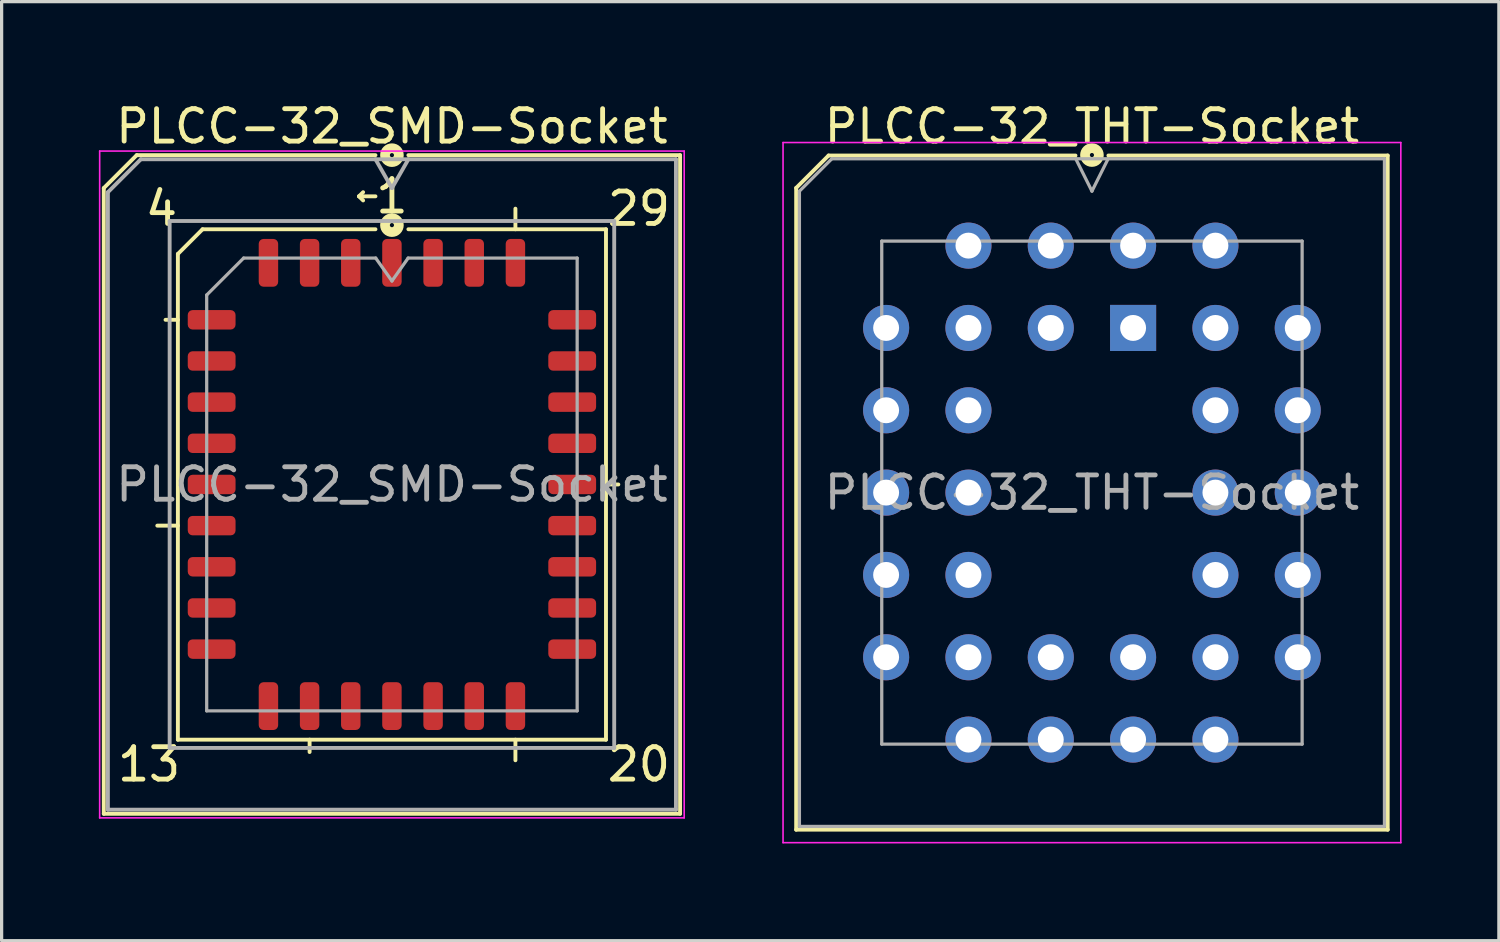
<source format=kicad_pcb>
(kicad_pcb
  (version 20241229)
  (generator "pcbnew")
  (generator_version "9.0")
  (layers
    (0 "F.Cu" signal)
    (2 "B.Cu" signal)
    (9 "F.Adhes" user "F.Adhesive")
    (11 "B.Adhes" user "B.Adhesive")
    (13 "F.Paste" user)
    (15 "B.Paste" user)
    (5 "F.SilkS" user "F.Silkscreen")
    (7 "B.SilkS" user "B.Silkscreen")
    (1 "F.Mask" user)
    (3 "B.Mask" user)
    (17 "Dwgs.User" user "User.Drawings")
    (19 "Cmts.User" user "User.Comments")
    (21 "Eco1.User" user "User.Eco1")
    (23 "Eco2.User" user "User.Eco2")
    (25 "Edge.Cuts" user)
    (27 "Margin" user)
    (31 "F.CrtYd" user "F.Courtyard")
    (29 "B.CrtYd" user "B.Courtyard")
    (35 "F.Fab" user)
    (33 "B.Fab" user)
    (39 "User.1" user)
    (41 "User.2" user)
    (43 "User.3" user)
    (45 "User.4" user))
  (footprint "PLCC-32_SMD-Socket"
    (layer "F.Cu")
    (at 9.042 11.897)
    (property "Reference" "PLCC-32_SMD-Socket" (at 0 -11.049 0) (layer "F.SilkS") (effects (font (size 1 1) (thickness 0.15))))
    (attr smd)
    (fp_line (start -8.89 -9.144) (end -8.89 10.16) (stroke (width 0.12) (type solid)) (layer "F.SilkS"))
    (fp_line (start -8.89 10.16) (end 8.89 10.16) (stroke (width 0.12) (type solid)) (layer "F.SilkS"))
    (fp_line (start -7.874 -10.16) (end -8.89 -9.144) (stroke (width 0.12) (type solid)) (layer "F.SilkS"))
    (fp_line (start -6.604 -7.112) (end -6.604 7.874) (stroke (width 0.12) (type solid)) (layer "F.SilkS"))
    (fp_line (start -6.604 -5.08) (end -6.985 -5.08) (stroke (width 0.12) (type solid)) (layer "F.SilkS"))
    (fp_line (start -6.604 1.27) (end -7.239 1.27) (stroke (width 0.12) (type solid)) (layer "F.SilkS"))
    (fp_line (start -6.604 7.874) (end 6.604 7.874) (stroke (width 0.12) (type solid)) (layer "F.SilkS"))
    (fp_line (start -5.842 -7.874) (end -6.604 -7.112) (stroke (width 0.12) (type solid)) (layer "F.SilkS"))
    (fp_line (start -2.54 7.874) (end -2.54 8.255) (stroke (width 0.12) (type solid)) (layer "F.SilkS"))
    (fp_line (start -1.016 -8.89) (end -0.889 -9.017) (stroke (width 0.12) (type solid)) (layer "F.SilkS"))
    (fp_line (start -1.016 -8.89) (end -0.889 -8.763) (stroke (width 0.12) (type solid)) (layer "F.SilkS"))
    (fp_line (start -0.508 -10.16) (end -7.874 -10.16) (stroke (width 0.12) (type solid)) (layer "F.SilkS"))
    (fp_line (start -0.508 -8.89) (end -1.016 -8.89) (stroke (width 0.12) (type solid)) (layer "F.SilkS"))
    (fp_line (start -0.508 -7.874) (end -5.842 -7.874) (stroke (width 0.12) (type solid)) (layer "F.SilkS"))
    (fp_line (start 3.81 -7.874) (end 3.81 -8.509) (stroke (width 0.12) (type solid)) (layer "F.SilkS"))
    (fp_line (start 3.81 7.874) (end 3.81 8.509) (stroke (width 0.12) (type solid)) (layer "F.SilkS"))
    (fp_line (start 6.604 -7.874) (end 0.508 -7.874) (stroke (width 0.12) (type solid)) (layer "F.SilkS"))
    (fp_line (start 6.604 0) (end 6.985 0) (stroke (width 0.12) (type solid)) (layer "F.SilkS"))
    (fp_line (start 6.604 7.874) (end 6.604 -7.874) (stroke (width 0.12) (type solid)) (layer "F.SilkS"))
    (fp_line (start 8.89 -10.16) (end 0.508 -10.16) (stroke (width 0.12) (type solid)) (layer "F.SilkS"))
    (fp_line (start 8.89 10.16) (end 8.89 -10.16) (stroke (width 0.12) (type solid)) (layer "F.SilkS"))
    (fp_circle (center 0 -10.16) (end 0.064 -10.16) (stroke (width 0.3) (type solid)) (fill no) (layer "F.SilkS"))
    (fp_circle (center 0 -8.001) (end 0.064 -8.001) (stroke (width 0.3) (type solid)) (fill no) (layer "F.SilkS"))
    (fp_line (start -9.017 -10.287) (end -9.017 10.287) (stroke (width 0.05) (type solid)) (layer "F.CrtYd"))
    (fp_line (start -9.017 10.287) (end 9.017 10.287) (stroke (width 0.05) (type solid)) (layer "F.CrtYd"))
    (fp_line (start 9.017 -10.287) (end -9.017 -10.287) (stroke (width 0.05) (type solid)) (layer "F.CrtYd"))
    (fp_line (start 9.017 10.287) (end 9.017 -10.287) (stroke (width 0.05) (type solid)) (layer "F.CrtYd"))
    (fp_line (start -8.763 -9.017) (end -7.747 -10.033) (stroke (width 0.12) (type solid)) (layer "F.Fab"))
    (fp_line (start -8.763 10.033) (end -8.763 -9.017) (stroke (width 0.12) (type solid)) (layer "F.Fab"))
    (fp_line (start -7.747 -10.033) (end 8.763 -10.033) (stroke (width 0.12) (type solid)) (layer "F.Fab"))
    (fp_line (start -6.858 -8.128) (end 6.858 -8.128) (stroke (width 0.12) (type solid)) (layer "F.Fab"))
    (fp_line (start -6.858 8.128) (end -6.858 -8.128) (stroke (width 0.12) (type solid)) (layer "F.Fab"))
    (fp_line (start -5.715 -5.845) (end -4.575 -6.985) (stroke (width 0.1) (type solid)) (layer "F.Fab"))
    (fp_line (start -5.715 6.985) (end -5.715 -5.845) (stroke (width 0.1) (type solid)) (layer "F.Fab"))
    (fp_line (start -4.575 -6.985) (end -0.5 -6.985) (stroke (width 0.1) (type solid)) (layer "F.Fab"))
    (fp_line (start -0.508 -10.033) (end 0 -9.144) (stroke (width 0.12) (type solid)) (layer "F.Fab"))
    (fp_line (start -0.5 -6.985) (end 0 -6.278) (stroke (width 0.1) (type solid)) (layer "F.Fab"))
    (fp_line (start 0 -9.144) (end 0.508 -10.033) (stroke (width 0.12) (type solid)) (layer "F.Fab"))
    (fp_line (start 0 -6.278) (end 0.5 -6.985) (stroke (width 0.1) (type solid)) (layer "F.Fab"))
    (fp_line (start 0.5 -6.985) (end 5.715 -6.985) (stroke (width 0.1) (type solid)) (layer "F.Fab"))
    (fp_line (start 5.715 -6.985) (end 5.715 6.985) (stroke (width 0.1) (type solid)) (layer "F.Fab"))
    (fp_line (start 5.715 6.985) (end -5.715 6.985) (stroke (width 0.1) (type solid)) (layer "F.Fab"))
    (fp_line (start 6.858 -8.128) (end 6.858 8.128) (stroke (width 0.12) (type solid)) (layer "F.Fab"))
    (fp_line (start 6.858 8.128) (end -6.858 8.128) (stroke (width 0.12) (type solid)) (layer "F.Fab"))
    (fp_line (start 8.763 -10.033) (end 8.763 10.033) (stroke (width 0.12) (type solid)) (layer "F.Fab"))
    (fp_line (start 8.763 10.033) (end -8.763 10.033) (stroke (width 0.12) (type solid)) (layer "F.Fab"))
    (fp_text user "1" (at 0 -8.89 0) (unlocked yes) (layer "F.SilkS") (effects (font (size 1 1) (thickness 0.15))))
    (fp_text user "29" (at 7.62 -8.509 0) (unlocked yes) (layer "F.SilkS") (effects (font (size 1 1) (thickness 0.15))))
    (fp_text user "13" (at -7.493 8.636 0) (unlocked yes) (layer "F.SilkS") (effects (font (size 1 1) (thickness 0.15))))
    (fp_text user "4" (at -7.112 -8.509 0) (unlocked yes) (layer "F.SilkS") (effects (font (size 1 1) (thickness 0.15))))
    (fp_text user "20" (at 7.62 8.636 0) (unlocked yes) (layer "F.SilkS") (effects (font (size 1 1) (thickness 0.15))))
    (fp_text user "${REFERENCE}" (at 0 0 0) (layer "F.Fab") (effects (font (size 1 1) (thickness 0.15))))
    (pad "1" smd roundrect (at 0 -6.838) (size 0.6 1.475) (layers "F.Cu" "F.Mask" "F.Paste") (roundrect_rratio 0.25))
    (pad "2" smd roundrect (at -1.27 -6.838) (size 0.6 1.475) (layers "F.Cu" "F.Mask" "F.Paste") (roundrect_rratio 0.25))
    (pad "3" smd roundrect (at -2.54 -6.838) (size 0.6 1.475) (layers "F.Cu" "F.Mask" "F.Paste") (roundrect_rratio 0.25))
    (pad "4" smd roundrect (at -3.81 -6.838) (size 0.6 1.475) (layers "F.Cu" "F.Mask" "F.Paste") (roundrect_rratio 0.25))
    (pad "5" smd roundrect (at -5.562 -5.08) (size 1.475 0.6) (layers "F.Cu" "F.Mask" "F.Paste") (roundrect_rratio 0.25))
    (pad "6" smd roundrect (at -5.562 -3.81) (size 1.475 0.6) (layers "F.Cu" "F.Mask" "F.Paste") (roundrect_rratio 0.25))
    (pad "7" smd roundrect (at -5.562 -2.54) (size 1.475 0.6) (layers "F.Cu" "F.Mask" "F.Paste") (roundrect_rratio 0.25))
    (pad "8" smd roundrect (at -5.562 -1.27) (size 1.475 0.6) (layers "F.Cu" "F.Mask" "F.Paste") (roundrect_rratio 0.25))
    (pad "9" smd roundrect (at -5.562 0) (size 1.475 0.6) (layers "F.Cu" "F.Mask" "F.Paste") (roundrect_rratio 0.25))
    (pad "10" smd roundrect (at -5.562 1.27) (size 1.475 0.6) (layers "F.Cu" "F.Mask" "F.Paste") (roundrect_rratio 0.25))
    (pad "11" smd roundrect (at -5.562 2.54) (size 1.475 0.6) (layers "F.Cu" "F.Mask" "F.Paste") (roundrect_rratio 0.25))
    (pad "12" smd roundrect (at -5.562 3.81) (size 1.475 0.6) (layers "F.Cu" "F.Mask" "F.Paste") (roundrect_rratio 0.25))
    (pad "13" smd roundrect (at -5.562 5.08) (size 1.475 0.6) (layers "F.Cu" "F.Mask" "F.Paste") (roundrect_rratio 0.25))
    (pad "14" smd roundrect (at -3.81 6.838) (size 0.6 1.475) (layers "F.Cu" "F.Mask" "F.Paste") (roundrect_rratio 0.25))
    (pad "15" smd roundrect (at -2.54 6.838) (size 0.6 1.475) (layers "F.Cu" "F.Mask" "F.Paste") (roundrect_rratio 0.25))
    (pad "16" smd roundrect (at -1.27 6.838) (size 0.6 1.475) (layers "F.Cu" "F.Mask" "F.Paste") (roundrect_rratio 0.25))
    (pad "17" smd roundrect (at 0 6.838) (size 0.6 1.475) (layers "F.Cu" "F.Mask" "F.Paste") (roundrect_rratio 0.25))
    (pad "18" smd roundrect (at 1.27 6.838) (size 0.6 1.475) (layers "F.Cu" "F.Mask" "F.Paste") (roundrect_rratio 0.25))
    (pad "19" smd roundrect (at 2.54 6.838) (size 0.6 1.475) (layers "F.Cu" "F.Mask" "F.Paste") (roundrect_rratio 0.25))
    (pad "20" smd roundrect (at 3.81 6.838) (size 0.6 1.475) (layers "F.Cu" "F.Mask" "F.Paste") (roundrect_rratio 0.25))
    (pad "21" smd roundrect (at 5.562 5.08) (size 1.475 0.6) (layers "F.Cu" "F.Mask" "F.Paste") (roundrect_rratio 0.25))
    (pad "22" smd roundrect (at 5.562 3.81) (size 1.475 0.6) (layers "F.Cu" "F.Mask" "F.Paste") (roundrect_rratio 0.25))
    (pad "23" smd roundrect (at 5.562 2.54) (size 1.475 0.6) (layers "F.Cu" "F.Mask" "F.Paste") (roundrect_rratio 0.25))
    (pad "24" smd roundrect (at 5.562 1.27) (size 1.475 0.6) (layers "F.Cu" "F.Mask" "F.Paste") (roundrect_rratio 0.25))
    (pad "25" smd roundrect (at 5.562 0) (size 1.475 0.6) (layers "F.Cu" "F.Mask" "F.Paste") (roundrect_rratio 0.25))
    (pad "26" smd roundrect (at 5.562 -1.27) (size 1.475 0.6) (layers "F.Cu" "F.Mask" "F.Paste") (roundrect_rratio 0.25))
    (pad "27" smd roundrect (at 5.562 -2.54) (size 1.475 0.6) (layers "F.Cu" "F.Mask" "F.Paste") (roundrect_rratio 0.25))
    (pad "28" smd roundrect (at 5.562 -3.81) (size 1.475 0.6) (layers "F.Cu" "F.Mask" "F.Paste") (roundrect_rratio 0.25))
    (pad "29" smd roundrect (at 5.562 -5.08) (size 1.475 0.6) (layers "F.Cu" "F.Mask" "F.Paste") (roundrect_rratio 0.25))
    (pad "30" smd roundrect (at 3.81 -6.838) (size 0.6 1.475) (layers "F.Cu" "F.Mask" "F.Paste") (roundrect_rratio 0.25))
    (pad "31" smd roundrect (at 2.54 -6.838) (size 0.6 1.475) (layers "F.Cu" "F.Mask" "F.Paste") (roundrect_rratio 0.25))
    (pad "32" smd roundrect (at 1.27 -6.838) (size 0.6 1.475) (layers "F.Cu" "F.Mask" "F.Paste") (roundrect_rratio 0.25)))
  (footprint "PLCC-32_THT-Socket"
    (layer "F.Cu")
    (at 31.909 7.068)
    (property "Reference" "PLCC-32_THT-Socket" (at -1.27 -6.22 0) (layer "F.SilkS") (effects (font (size 1 1) (thickness 0.15))))
    (attr through_hole)
    (fp_line (start -10.395 -4.32) (end -10.395 15.48) (stroke (width 0.12) (type solid)) (layer "F.SilkS"))
    (fp_line (start -10.395 15.48) (end 7.855 15.48) (stroke (width 0.12) (type solid)) (layer "F.SilkS"))
    (fp_line (start -9.395 -5.32) (end -10.395 -4.32) (stroke (width 0.12) (type solid)) (layer "F.SilkS"))
    (fp_line (start -1.778 -5.32) (end -9.395 -5.32) (stroke (width 0.12) (type solid)) (layer "F.SilkS"))
    (fp_line (start 7.855 -5.32) (end -0.762 -5.32) (stroke (width 0.12) (type solid)) (layer "F.SilkS"))
    (fp_line (start 7.855 15.48) (end 7.855 -5.32) (stroke (width 0.12) (type solid)) (layer "F.SilkS"))
    (fp_circle (center -1.27 -5.334) (end -1.206 -5.334) (stroke (width 0.3) (type solid)) (fill no) (layer "F.SilkS"))
    (fp_line (start -10.8 -5.72) (end -10.8 15.88) (stroke (width 0.05) (type solid)) (layer "F.CrtYd"))
    (fp_line (start -10.8 15.88) (end 8.26 15.88) (stroke (width 0.05) (type solid)) (layer "F.CrtYd"))
    (fp_line (start 8.26 -5.72) (end -10.8 -5.72) (stroke (width 0.05) (type solid)) (layer "F.CrtYd"))
    (fp_line (start 8.26 15.88) (end 8.26 -5.72) (stroke (width 0.05) (type solid)) (layer "F.CrtYd"))
    (fp_line (start -10.295 -4.22) (end -10.295 15.38) (stroke (width 0.1) (type solid)) (layer "F.Fab"))
    (fp_line (start -10.295 15.38) (end 7.755 15.38) (stroke (width 0.1) (type solid)) (layer "F.Fab"))
    (fp_line (start -9.295 -5.22) (end -10.295 -4.22) (stroke (width 0.1) (type solid)) (layer "F.Fab"))
    (fp_line (start -7.755 -2.68) (end -7.755 12.84) (stroke (width 0.1) (type solid)) (layer "F.Fab"))
    (fp_line (start -7.755 12.84) (end 5.215 12.84) (stroke (width 0.1) (type solid)) (layer "F.Fab"))
    (fp_line (start -1.77 -5.22) (end -1.27 -4.22) (stroke (width 0.1) (type solid)) (layer "F.Fab"))
    (fp_line (start -1.27 -4.22) (end -0.77 -5.22) (stroke (width 0.1) (type solid)) (layer "F.Fab"))
    (fp_line (start 5.215 -2.68) (end -7.755 -2.68) (stroke (width 0.1) (type solid)) (layer "F.Fab"))
    (fp_line (start 5.215 12.84) (end 5.215 -2.68) (stroke (width 0.1) (type solid)) (layer "F.Fab"))
    (fp_line (start 7.755 -5.22) (end -9.295 -5.22) (stroke (width 0.1) (type solid)) (layer "F.Fab"))
    (fp_line (start 7.755 15.38) (end 7.755 -5.22) (stroke (width 0.1) (type solid)) (layer "F.Fab"))
    (fp_text user "${REFERENCE}" (at -1.27 5.08 0) (layer "F.Fab") (effects (font (size 1 1) (thickness 0.15))))
    (pad "1" thru_hole rect (at 0 0) (size 1.422 1.422) (drill 0.8) (layers "*.Cu" "*.Mask"))
    (pad "2" thru_hole circle (at -2.54 -2.54) (size 1.422 1.422) (drill 0.8) (layers "*.Cu" "*.Mask"))
    (pad "3" thru_hole circle (at -2.54 0) (size 1.422 1.422) (drill 0.8) (layers "*.Cu" "*.Mask"))
    (pad "4" thru_hole circle (at -5.08 -2.54) (size 1.422 1.422) (drill 0.8) (layers "*.Cu" "*.Mask"))
    (pad "5" thru_hole circle (at -7.62 0) (size 1.422 1.422) (drill 0.8) (layers "*.Cu" "*.Mask"))
    (pad "6" thru_hole circle (at -5.08 0) (size 1.422 1.422) (drill 0.8) (layers "*.Cu" "*.Mask"))
    (pad "7" thru_hole circle (at -7.62 2.54) (size 1.422 1.422) (drill 0.8) (layers "*.Cu" "*.Mask"))
    (pad "8" thru_hole circle (at -5.08 2.54) (size 1.422 1.422) (drill 0.8) (layers "*.Cu" "*.Mask"))
    (pad "9" thru_hole circle (at -7.62 5.08) (size 1.422 1.422) (drill 0.8) (layers "*.Cu" "*.Mask"))
    (pad "10" thru_hole circle (at -5.08 5.08) (size 1.422 1.422) (drill 0.8) (layers "*.Cu" "*.Mask"))
    (pad "11" thru_hole circle (at -7.62 7.62) (size 1.422 1.422) (drill 0.8) (layers "*.Cu" "*.Mask"))
    (pad "12" thru_hole circle (at -5.08 7.62) (size 1.422 1.422) (drill 0.8) (layers "*.Cu" "*.Mask"))
    (pad "13" thru_hole circle (at -7.62 10.16) (size 1.422 1.422) (drill 0.8) (layers "*.Cu" "*.Mask"))
    (pad "14" thru_hole circle (at -5.08 12.7) (size 1.422 1.422) (drill 0.8) (layers "*.Cu" "*.Mask"))
    (pad "15" thru_hole circle (at -5.08 10.16) (size 1.422 1.422) (drill 0.8) (layers "*.Cu" "*.Mask"))
    (pad "16" thru_hole circle (at -2.54 12.7) (size 1.422 1.422) (drill 0.8) (layers "*.Cu" "*.Mask"))
    (pad "17" thru_hole circle (at -2.54 10.16) (size 1.422 1.422) (drill 0.8) (layers "*.Cu" "*.Mask"))
    (pad "18" thru_hole circle (at 0 12.7) (size 1.422 1.422) (drill 0.8) (layers "*.Cu" "*.Mask"))
    (pad "19" thru_hole circle (at 0 10.16) (size 1.422 1.422) (drill 0.8) (layers "*.Cu" "*.Mask"))
    (pad "20" thru_hole circle (at 2.54 12.7) (size 1.422 1.422) (drill 0.8) (layers "*.Cu" "*.Mask"))
    (pad "21" thru_hole circle (at 5.08 10.16) (size 1.422 1.422) (drill 0.8) (layers "*.Cu" "*.Mask"))
    (pad "22" thru_hole circle (at 2.54 10.16) (size 1.422 1.422) (drill 0.8) (layers "*.Cu" "*.Mask"))
    (pad "23" thru_hole circle (at 5.08 7.62) (size 1.422 1.422) (drill 0.8) (layers "*.Cu" "*.Mask"))
    (pad "24" thru_hole circle (at 2.54 7.62) (size 1.422 1.422) (drill 0.8) (layers "*.Cu" "*.Mask"))
    (pad "25" thru_hole circle (at 5.08 5.08) (size 1.422 1.422) (drill 0.8) (layers "*.Cu" "*.Mask"))
    (pad "26" thru_hole circle (at 2.54 5.08) (size 1.422 1.422) (drill 0.8) (layers "*.Cu" "*.Mask"))
    (pad "27" thru_hole circle (at 5.08 2.54) (size 1.422 1.422) (drill 0.8) (layers "*.Cu" "*.Mask"))
    (pad "28" thru_hole circle (at 2.54 2.54) (size 1.422 1.422) (drill 0.8) (layers "*.Cu" "*.Mask"))
    (pad "29" thru_hole circle (at 5.08 0) (size 1.422 1.422) (drill 0.8) (layers "*.Cu" "*.Mask"))
    (pad "30" thru_hole circle (at 2.54 -2.54) (size 1.422 1.422) (drill 0.8) (layers "*.Cu" "*.Mask"))
    (pad "31" thru_hole circle (at 2.54 0) (size 1.422 1.422) (drill 0.8) (layers "*.Cu" "*.Mask"))
    (pad "32" thru_hole circle (at 0 -2.54) (size 1.422 1.422) (drill 0.8) (layers "*.Cu" "*.Mask")))
  (gr_rect
    (start -3 -3)
    (end 43.194 25.973)
    (stroke (width 0.1) (type default))
    (fill no)
    (layer "Edge.Cuts")))
</source>
